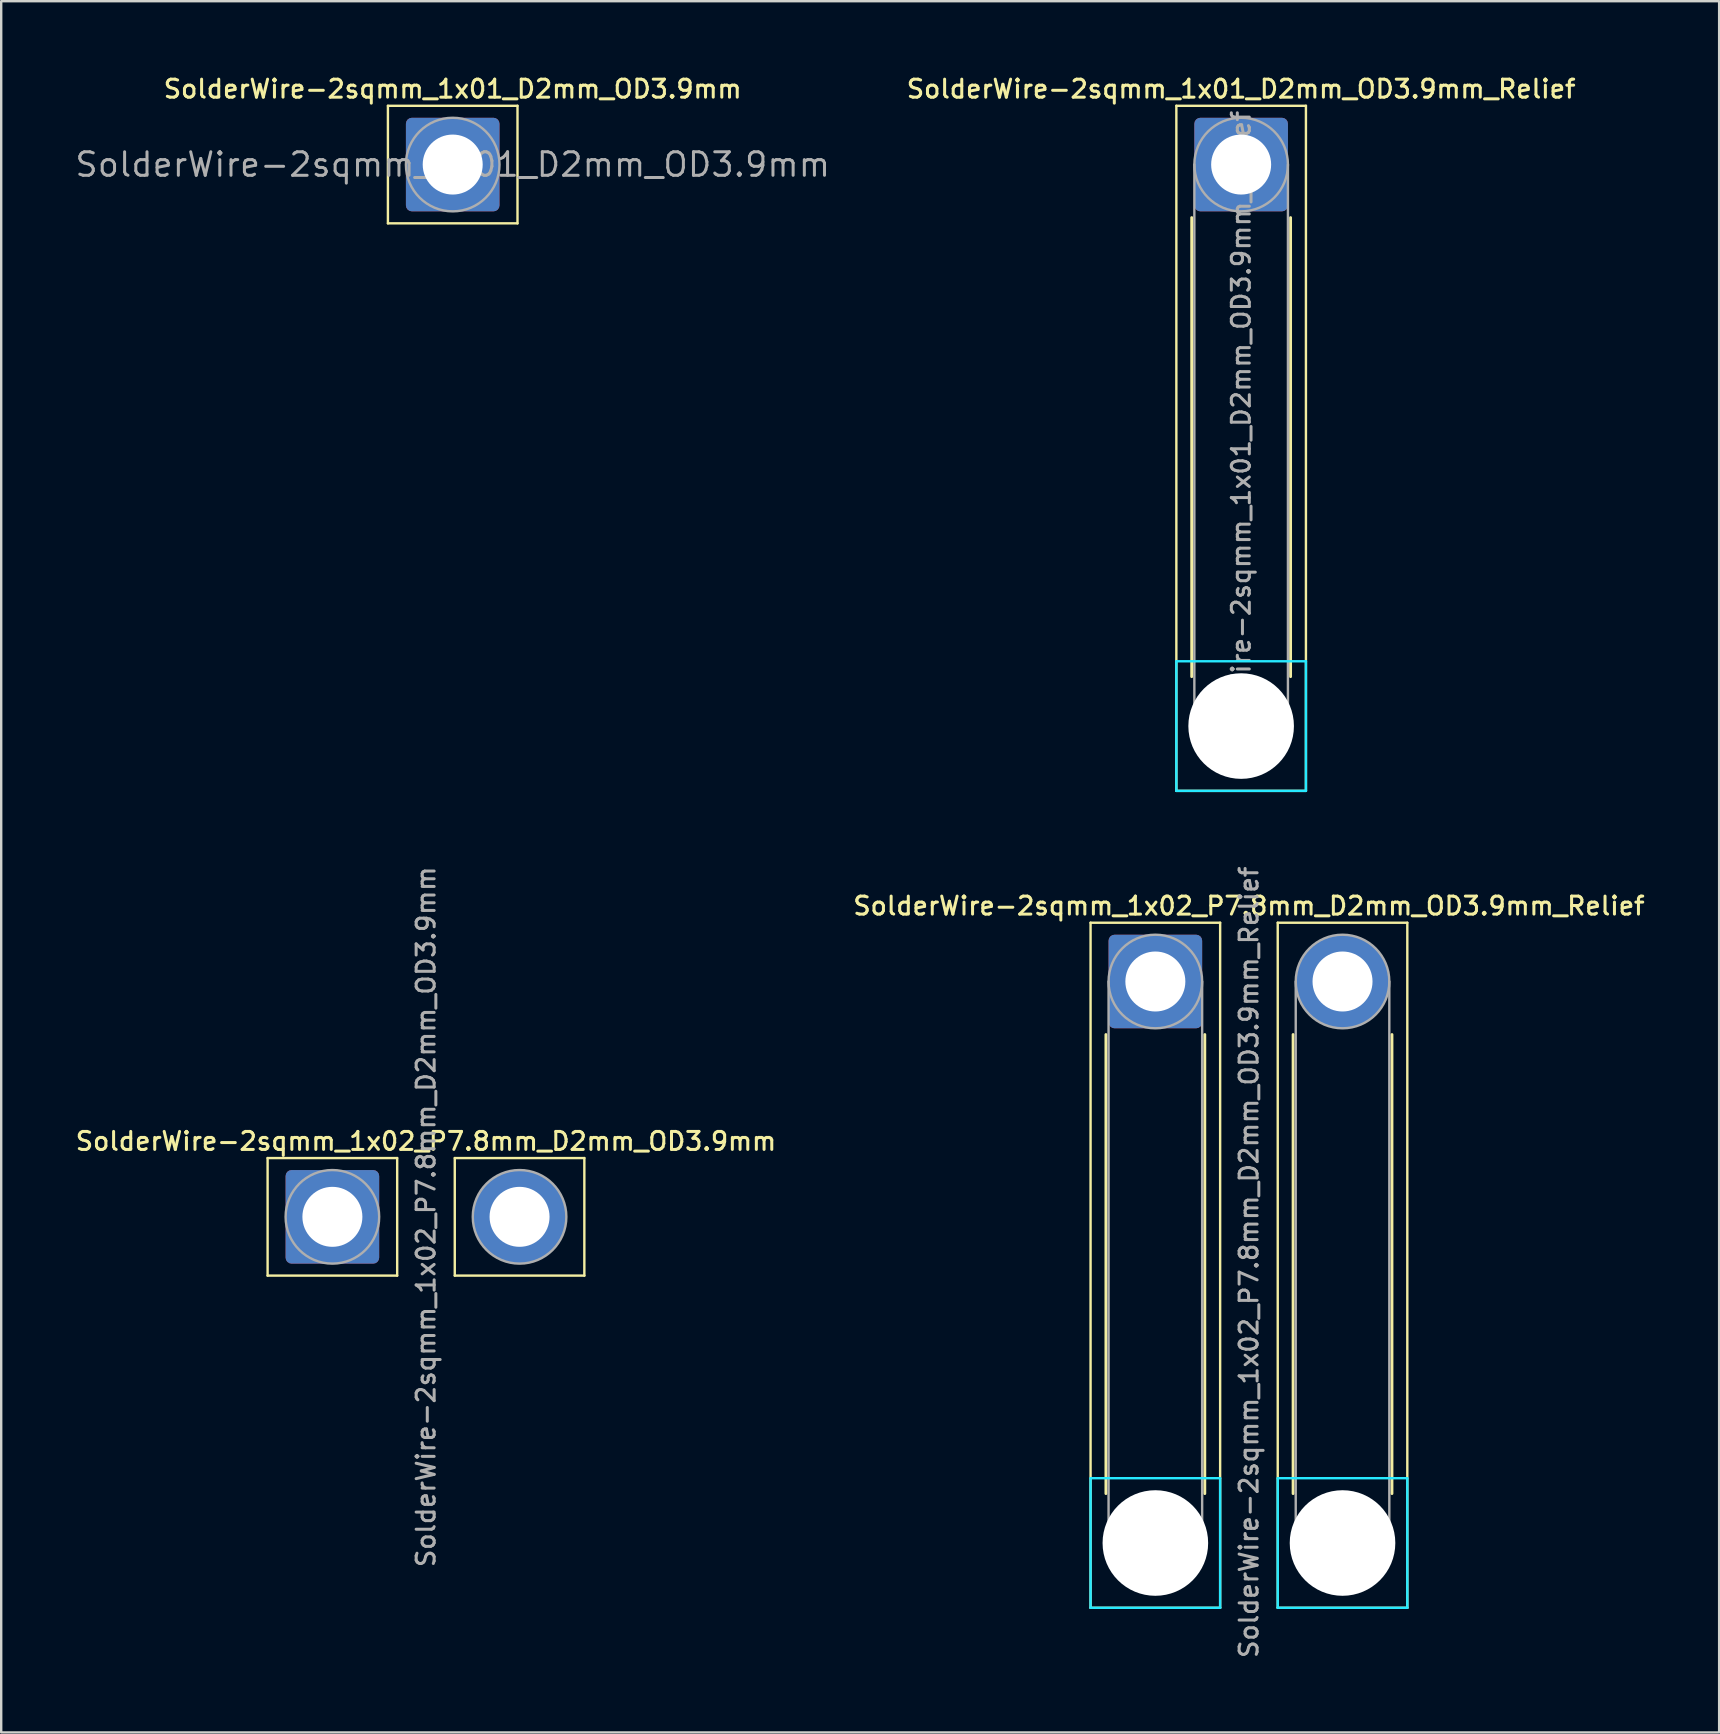
<source format=kicad_pcb>
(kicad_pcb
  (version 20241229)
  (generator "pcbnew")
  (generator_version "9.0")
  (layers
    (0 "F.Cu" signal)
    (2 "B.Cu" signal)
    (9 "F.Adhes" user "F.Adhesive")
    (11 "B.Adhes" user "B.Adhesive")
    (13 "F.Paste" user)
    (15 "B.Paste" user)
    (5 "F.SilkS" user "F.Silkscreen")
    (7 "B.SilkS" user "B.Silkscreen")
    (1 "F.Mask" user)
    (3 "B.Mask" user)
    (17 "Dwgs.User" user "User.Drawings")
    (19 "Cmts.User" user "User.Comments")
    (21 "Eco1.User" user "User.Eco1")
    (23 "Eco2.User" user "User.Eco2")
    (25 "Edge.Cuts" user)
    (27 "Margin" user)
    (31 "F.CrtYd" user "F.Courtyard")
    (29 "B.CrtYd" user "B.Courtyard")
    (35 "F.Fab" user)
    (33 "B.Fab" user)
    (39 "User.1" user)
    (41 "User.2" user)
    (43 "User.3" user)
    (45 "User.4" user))
  (footprint "SolderWire-2sqmm_1x01_D2mm_OD3.9mm_Relief"
    (layer "F.Cu")
    (at 48.673 3.808)
    (property "Reference" "SolderWire-2sqmm_1x01_D2mm_OD3.9mm_Relief" (at 0 -3.15 0) (layer "F.SilkS") (effects (font (size 0.75 0.75) (thickness 0.125))))
    (attr exclude_from_pos_files exclude_from_bom)
    (fp_line (start -2.7 -2.45) (end -2.7 26.1) (stroke (width 0.1) (type solid)) (layer "F.SilkS"))
    (fp_line (start -2.7 26.1) (end 2.7 26.1) (stroke (width 0.1) (type solid)) (layer "F.SilkS"))
    (fp_line (start -2.06 2.21) (end -2.06 21.34) (stroke (width 0.12) (type solid)) (layer "F.SilkS"))
    (fp_line (start 2.06 2.21) (end 2.06 21.34) (stroke (width 0.12) (type solid)) (layer "F.SilkS"))
    (fp_line (start 2.7 -2.45) (end -2.7 -2.45) (stroke (width 0.1) (type solid)) (layer "F.SilkS"))
    (fp_line (start 2.7 26.1) (end 2.7 -2.45) (stroke (width 0.1) (type solid)) (layer "F.SilkS"))
    (fp_line (start -2.7 20.7) (end -2.7 26.1) (stroke (width 0.1) (type solid)) (layer "B.CrtYd"))
    (fp_line (start -2.7 26.1) (end 2.7 26.1) (stroke (width 0.1) (type solid)) (layer "B.CrtYd"))
    (fp_line (start 2.7 20.7) (end -2.7 20.7) (stroke (width 0.1) (type solid)) (layer "B.CrtYd"))
    (fp_line (start 2.7 26.1) (end 2.7 20.7) (stroke (width 0.1) (type solid)) (layer "B.CrtYd"))
    (fp_line (start -1.95 0) (end -1.95 23.4) (stroke (width 0.1) (type solid)) (layer "F.Fab"))
    (fp_line (start 1.95 0) (end 1.95 23.4) (stroke (width 0.1) (type solid)) (layer "F.Fab"))
    (fp_circle (center 0 0) (end 1.95 0) (stroke (width 0.1) (type solid)) (fill no) (layer "F.Fab"))
    (fp_circle (center 0 23.4) (end 1.95 23.4) (stroke (width 0.1) (type solid)) (fill no) (layer "F.Fab"))
    (fp_text user "${REFERENCE}" (at 0 11.7 90) (layer "F.Fab") (effects (font (size 0.75 0.75) (thickness 0.125))))
    (pad "" np_thru_hole circle (at 0 23.4) (size 4.4 4.4) (drill 4.4) (layers "*.Cu" "*.Mask"))
    (pad "1" thru_hole roundrect (at 0 0) (size 3.9 3.9) (drill 2.5) (layers "*.Cu" "*.Mask") (roundrect_rratio 0.064)))
  (footprint "SolderWire-2sqmm_1x02_P7.8mm_D2mm_OD3.9mm"
    (layer "F.Cu")
    (at 10.802 47.66)
    (property "Reference" "SolderWire-2sqmm_1x02_P7.8mm_D2mm_OD3.9mm" (at 3.9 -3.15 0) (layer "F.SilkS") (effects (font (size 0.75 0.75) (thickness 0.125))))
    (attr exclude_from_pos_files exclude_from_bom)
    (fp_line (start -2.7 -2.45) (end -2.7 2.45) (stroke (width 0.1) (type solid)) (layer "F.SilkS"))
    (fp_line (start -2.7 2.45) (end 2.7 2.45) (stroke (width 0.1) (type solid)) (layer "F.SilkS"))
    (fp_line (start 2.7 -2.45) (end -2.7 -2.45) (stroke (width 0.1) (type solid)) (layer "F.SilkS"))
    (fp_line (start 2.7 2.45) (end 2.7 -2.45) (stroke (width 0.1) (type solid)) (layer "F.SilkS"))
    (fp_line (start 5.1 -2.45) (end 5.1 2.45) (stroke (width 0.1) (type solid)) (layer "F.SilkS"))
    (fp_line (start 5.1 2.45) (end 10.5 2.45) (stroke (width 0.1) (type solid)) (layer "F.SilkS"))
    (fp_line (start 10.5 -2.45) (end 5.1 -2.45) (stroke (width 0.1) (type solid)) (layer "F.SilkS"))
    (fp_line (start 10.5 2.45) (end 10.5 -2.45) (stroke (width 0.1) (type solid)) (layer "F.SilkS"))
    (fp_circle (center 0 0) (end 1.95 0) (stroke (width 0.1) (type solid)) (fill no) (layer "F.Fab"))
    (fp_circle (center 7.8 0) (end 9.75 0) (stroke (width 0.1) (type solid)) (fill no) (layer "F.Fab"))
    (fp_text user "${REFERENCE}" (at 3.9 0 90) (layer "F.Fab") (effects (font (size 0.75 0.75) (thickness 0.125))))
    (pad "1" thru_hole roundrect (at 0 0) (size 3.9 3.9) (drill 2.5) (layers "*.Cu" "*.Mask") (roundrect_rratio 0.064))
    (pad "2" thru_hole circle (at 7.8 0) (size 3.9 3.9) (drill 2.5) (layers "*.Cu" "*.Mask")))
  (footprint "SolderWire-2sqmm_1x02_P7.8mm_D2mm_OD3.9mm_Relief"
    (layer "F.Cu")
    (at 45.098 37.853)
    (property "Reference" "SolderWire-2sqmm_1x02_P7.8mm_D2mm_OD3.9mm_Relief" (at 3.9 -3.15 0) (layer "F.SilkS") (effects (font (size 0.75 0.75) (thickness 0.125))))
    (attr exclude_from_pos_files exclude_from_bom)
    (fp_line (start -2.7 -2.45) (end -2.7 26.1) (stroke (width 0.1) (type solid)) (layer "F.SilkS"))
    (fp_line (start -2.7 26.1) (end 2.7 26.1) (stroke (width 0.1) (type solid)) (layer "F.SilkS"))
    (fp_line (start -2.06 2.21) (end -2.06 21.34) (stroke (width 0.12) (type solid)) (layer "F.SilkS"))
    (fp_line (start 2.06 2.21) (end 2.06 21.34) (stroke (width 0.12) (type solid)) (layer "F.SilkS"))
    (fp_line (start 2.7 -2.45) (end -2.7 -2.45) (stroke (width 0.1) (type solid)) (layer "F.SilkS"))
    (fp_line (start 2.7 26.1) (end 2.7 -2.45) (stroke (width 0.1) (type solid)) (layer "F.SilkS"))
    (fp_line (start 5.1 -2.45) (end 5.1 26.1) (stroke (width 0.1) (type solid)) (layer "F.SilkS"))
    (fp_line (start 5.1 26.1) (end 10.5 26.1) (stroke (width 0.1) (type solid)) (layer "F.SilkS"))
    (fp_line (start 5.74 2.21) (end 5.74 21.34) (stroke (width 0.12) (type solid)) (layer "F.SilkS"))
    (fp_line (start 9.86 2.21) (end 9.86 21.34) (stroke (width 0.12) (type solid)) (layer "F.SilkS"))
    (fp_line (start 10.5 -2.45) (end 5.1 -2.45) (stroke (width 0.1) (type solid)) (layer "F.SilkS"))
    (fp_line (start 10.5 26.1) (end 10.5 -2.45) (stroke (width 0.1) (type solid)) (layer "F.SilkS"))
    (fp_line (start -2.7 20.7) (end -2.7 26.1) (stroke (width 0.1) (type solid)) (layer "B.CrtYd"))
    (fp_line (start -2.7 26.1) (end 2.7 26.1) (stroke (width 0.1) (type solid)) (layer "B.CrtYd"))
    (fp_line (start 2.7 20.7) (end -2.7 20.7) (stroke (width 0.1) (type solid)) (layer "B.CrtYd"))
    (fp_line (start 2.7 26.1) (end 2.7 20.7) (stroke (width 0.1) (type solid)) (layer "B.CrtYd"))
    (fp_line (start 5.1 20.7) (end 5.1 26.1) (stroke (width 0.1) (type solid)) (layer "B.CrtYd"))
    (fp_line (start 5.1 26.1) (end 10.5 26.1) (stroke (width 0.1) (type solid)) (layer "B.CrtYd"))
    (fp_line (start 10.5 20.7) (end 5.1 20.7) (stroke (width 0.1) (type solid)) (layer "B.CrtYd"))
    (fp_line (start 10.5 26.1) (end 10.5 20.7) (stroke (width 0.1) (type solid)) (layer "B.CrtYd"))
    (fp_line (start -1.95 0) (end -1.95 23.4) (stroke (width 0.1) (type solid)) (layer "F.Fab"))
    (fp_line (start 1.95 0) (end 1.95 23.4) (stroke (width 0.1) (type solid)) (layer "F.Fab"))
    (fp_line (start 5.85 0) (end 5.85 23.4) (stroke (width 0.1) (type solid)) (layer "F.Fab"))
    (fp_line (start 9.75 0) (end 9.75 23.4) (stroke (width 0.1) (type solid)) (layer "F.Fab"))
    (fp_circle (center 0 0) (end 1.95 0) (stroke (width 0.1) (type solid)) (fill no) (layer "F.Fab"))
    (fp_circle (center 0 23.4) (end 1.95 23.4) (stroke (width 0.1) (type solid)) (fill no) (layer "F.Fab"))
    (fp_circle (center 7.8 0) (end 9.75 0) (stroke (width 0.1) (type solid)) (fill no) (layer "F.Fab"))
    (fp_circle (center 7.8 23.4) (end 9.75 23.4) (stroke (width 0.1) (type solid)) (fill no) (layer "F.Fab"))
    (fp_text user "${REFERENCE}" (at 3.9 11.7 90) (layer "F.Fab") (effects (font (size 0.75 0.75) (thickness 0.125))))
    (pad "" np_thru_hole circle (at 0 23.4) (size 4.4 4.4) (drill 4.4) (layers "*.Cu" "*.Mask"))
    (pad "" np_thru_hole circle (at 7.8 23.4) (size 4.4 4.4) (drill 4.4) (layers "*.Cu" "*.Mask"))
    (pad "1" thru_hole roundrect (at 0 0) (size 3.9 3.9) (drill 2.5) (layers "*.Cu" "*.Mask") (roundrect_rratio 0.064))
    (pad "2" thru_hole circle (at 7.8 0) (size 3.9 3.9) (drill 2.5) (layers "*.Cu" "*.Mask")))
  (footprint "SolderWire-2sqmm_1x01_D2mm_OD3.9mm"
    (layer "F.Cu")
    (at 15.816 3.808)
    (property "Reference" "SolderWire-2sqmm_1x01_D2mm_OD3.9mm" (at 0 -3.15 0) (layer "F.SilkS") (effects (font (size 0.75 0.75) (thickness 0.125))))
    (attr exclude_from_pos_files exclude_from_bom)
    (fp_line (start -2.7 -2.45) (end -2.7 2.45) (stroke (width 0.1) (type solid)) (layer "F.SilkS"))
    (fp_line (start -2.7 2.45) (end 2.7 2.45) (stroke (width 0.1) (type solid)) (layer "F.SilkS"))
    (fp_line (start 2.7 -2.45) (end -2.7 -2.45) (stroke (width 0.1) (type solid)) (layer "F.SilkS"))
    (fp_line (start 2.7 2.45) (end 2.7 -2.45) (stroke (width 0.1) (type solid)) (layer "F.SilkS"))
    (fp_circle (center 0 0) (end 1.95 0) (stroke (width 0.1) (type solid)) (fill no) (layer "F.Fab"))
    (fp_text user "${REFERENCE}" (at 0 0 0) (layer "F.Fab") (effects (font (size 0.98 0.98) (thickness 0.125))))
    (pad "1" thru_hole roundrect (at 0 0) (size 3.9 3.9) (drill 2.5) (layers "*.Cu" "*.Mask") (roundrect_rratio 0.064)))
  (gr_rect
    (start -3 -3)
    (end 68.593 69.147)
    (stroke (width 0.1) (type default))
    (fill no)
    (layer "Edge.Cuts")))
</source>
